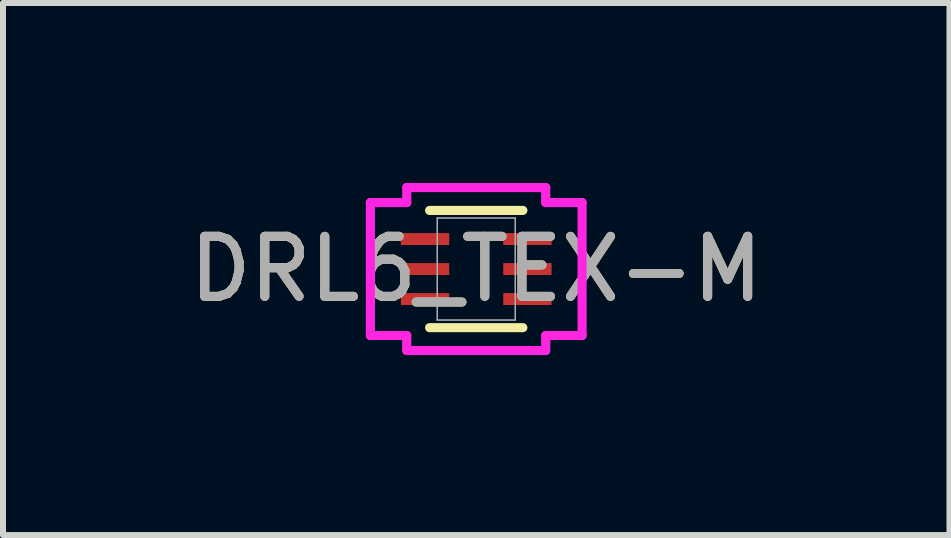
<source format=kicad_pcb>
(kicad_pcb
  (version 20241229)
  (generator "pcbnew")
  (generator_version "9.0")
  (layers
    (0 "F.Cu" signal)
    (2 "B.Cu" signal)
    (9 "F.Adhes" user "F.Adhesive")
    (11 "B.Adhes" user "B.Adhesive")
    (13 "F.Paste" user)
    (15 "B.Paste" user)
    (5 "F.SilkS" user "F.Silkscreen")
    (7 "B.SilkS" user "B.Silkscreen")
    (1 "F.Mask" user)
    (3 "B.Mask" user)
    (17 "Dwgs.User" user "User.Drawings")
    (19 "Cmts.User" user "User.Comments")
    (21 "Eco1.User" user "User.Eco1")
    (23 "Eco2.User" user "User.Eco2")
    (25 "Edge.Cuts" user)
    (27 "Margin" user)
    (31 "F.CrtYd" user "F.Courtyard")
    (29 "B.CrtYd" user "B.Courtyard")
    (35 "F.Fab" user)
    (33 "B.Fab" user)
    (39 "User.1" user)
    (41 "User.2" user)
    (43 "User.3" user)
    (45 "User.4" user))
  (footprint "DRL6_TEX-M"
    (layer "F.Cu")
    (at 4.887 1.434)
    (property "Reference" "DRL6_TEX-M" (at 0 0 0) (unlocked yes) (layer "F.SilkS") (effects (font (size 1 1) (thickness 0.15))))
    (attr smd)
    (fp_line (start -0.777 0.977) (end 0.777 0.977) (stroke (width 0.152) (type solid)) (layer "F.SilkS"))
    (fp_line (start 0.777 -0.977) (end -0.777 -0.977) (stroke (width 0.152) (type solid)) (layer "F.SilkS"))
    (fp_line (start -1.764 -1.108) (end -1.158 -1.108) (stroke (width 0.152) (type solid)) (layer "F.CrtYd"))
    (fp_line (start -1.764 1.108) (end -1.764 -1.108) (stroke (width 0.152) (type solid)) (layer "F.CrtYd"))
    (fp_line (start -1.764 1.108) (end -1.158 1.108) (stroke (width 0.152) (type solid)) (layer "F.CrtYd"))
    (fp_line (start -1.158 -1.358) (end 1.158 -1.358) (stroke (width 0.152) (type solid)) (layer "F.CrtYd"))
    (fp_line (start -1.158 -1.108) (end -1.158 -1.358) (stroke (width 0.152) (type solid)) (layer "F.CrtYd"))
    (fp_line (start -1.158 1.358) (end -1.158 1.108) (stroke (width 0.152) (type solid)) (layer "F.CrtYd"))
    (fp_line (start 1.158 -1.358) (end 1.158 -1.108) (stroke (width 0.152) (type solid)) (layer "F.CrtYd"))
    (fp_line (start 1.158 1.108) (end 1.158 1.358) (stroke (width 0.152) (type solid)) (layer "F.CrtYd"))
    (fp_line (start 1.158 1.358) (end -1.158 1.358) (stroke (width 0.152) (type solid)) (layer "F.CrtYd"))
    (fp_line (start 1.764 -1.108) (end 1.158 -1.108) (stroke (width 0.152) (type solid)) (layer "F.CrtYd"))
    (fp_line (start 1.764 -1.108) (end 1.764 1.108) (stroke (width 0.152) (type solid)) (layer "F.CrtYd"))
    (fp_line (start 1.764 1.108) (end 1.158 1.108) (stroke (width 0.152) (type solid)) (layer "F.CrtYd"))
    (fp_line (start -0.65 -0.85) (end -0.65 0.85) (stroke (width 0.025) (type solid)) (layer "F.Fab"))
    (fp_line (start -0.65 0.85) (end 0.65 0.85) (stroke (width 0.025) (type solid)) (layer "F.Fab"))
    (fp_line (start 0.65 -0.85) (end -0.65 -0.85) (stroke (width 0.025) (type solid)) (layer "F.Fab"))
    (fp_line (start 0.65 0.85) (end 0.65 -0.85) (stroke (width 0.025) (type solid)) (layer "F.Fab"))
    (fp_text user "${REFERENCE}" (at 0 0 0) (unlocked yes) (layer "F.Fab") (effects (font (size 1 1) (thickness 0.15))))
    (pad "1" smd rect (at -0.853 -0.5) (size 0.806 0.199) (layers "F.Cu" "F.Mask" "F.Paste"))
    (pad "2" smd rect (at -0.853 0) (size 0.806 0.199) (layers "F.Cu" "F.Mask" "F.Paste"))
    (pad "3" smd rect (at -0.853 0.5) (size 0.806 0.199) (layers "F.Cu" "F.Mask" "F.Paste"))
    (pad "4" smd rect (at 0.853 0.5) (size 0.806 0.199) (layers "F.Cu" "F.Mask" "F.Paste"))
    (pad "5" smd rect (at 0.853 0) (size 0.806 0.199) (layers "F.Cu" "F.Mask" "F.Paste"))
    (pad "6" smd rect (at 0.853 -0.5) (size 0.806 0.199) (layers "F.Cu" "F.Mask" "F.Paste")))
  (gr_rect
    (start -3 -3)
    (end 12.774 5.868)
    (stroke (width 0.1) (type default))
    (fill no)
    (layer "Edge.Cuts")))
</source>
